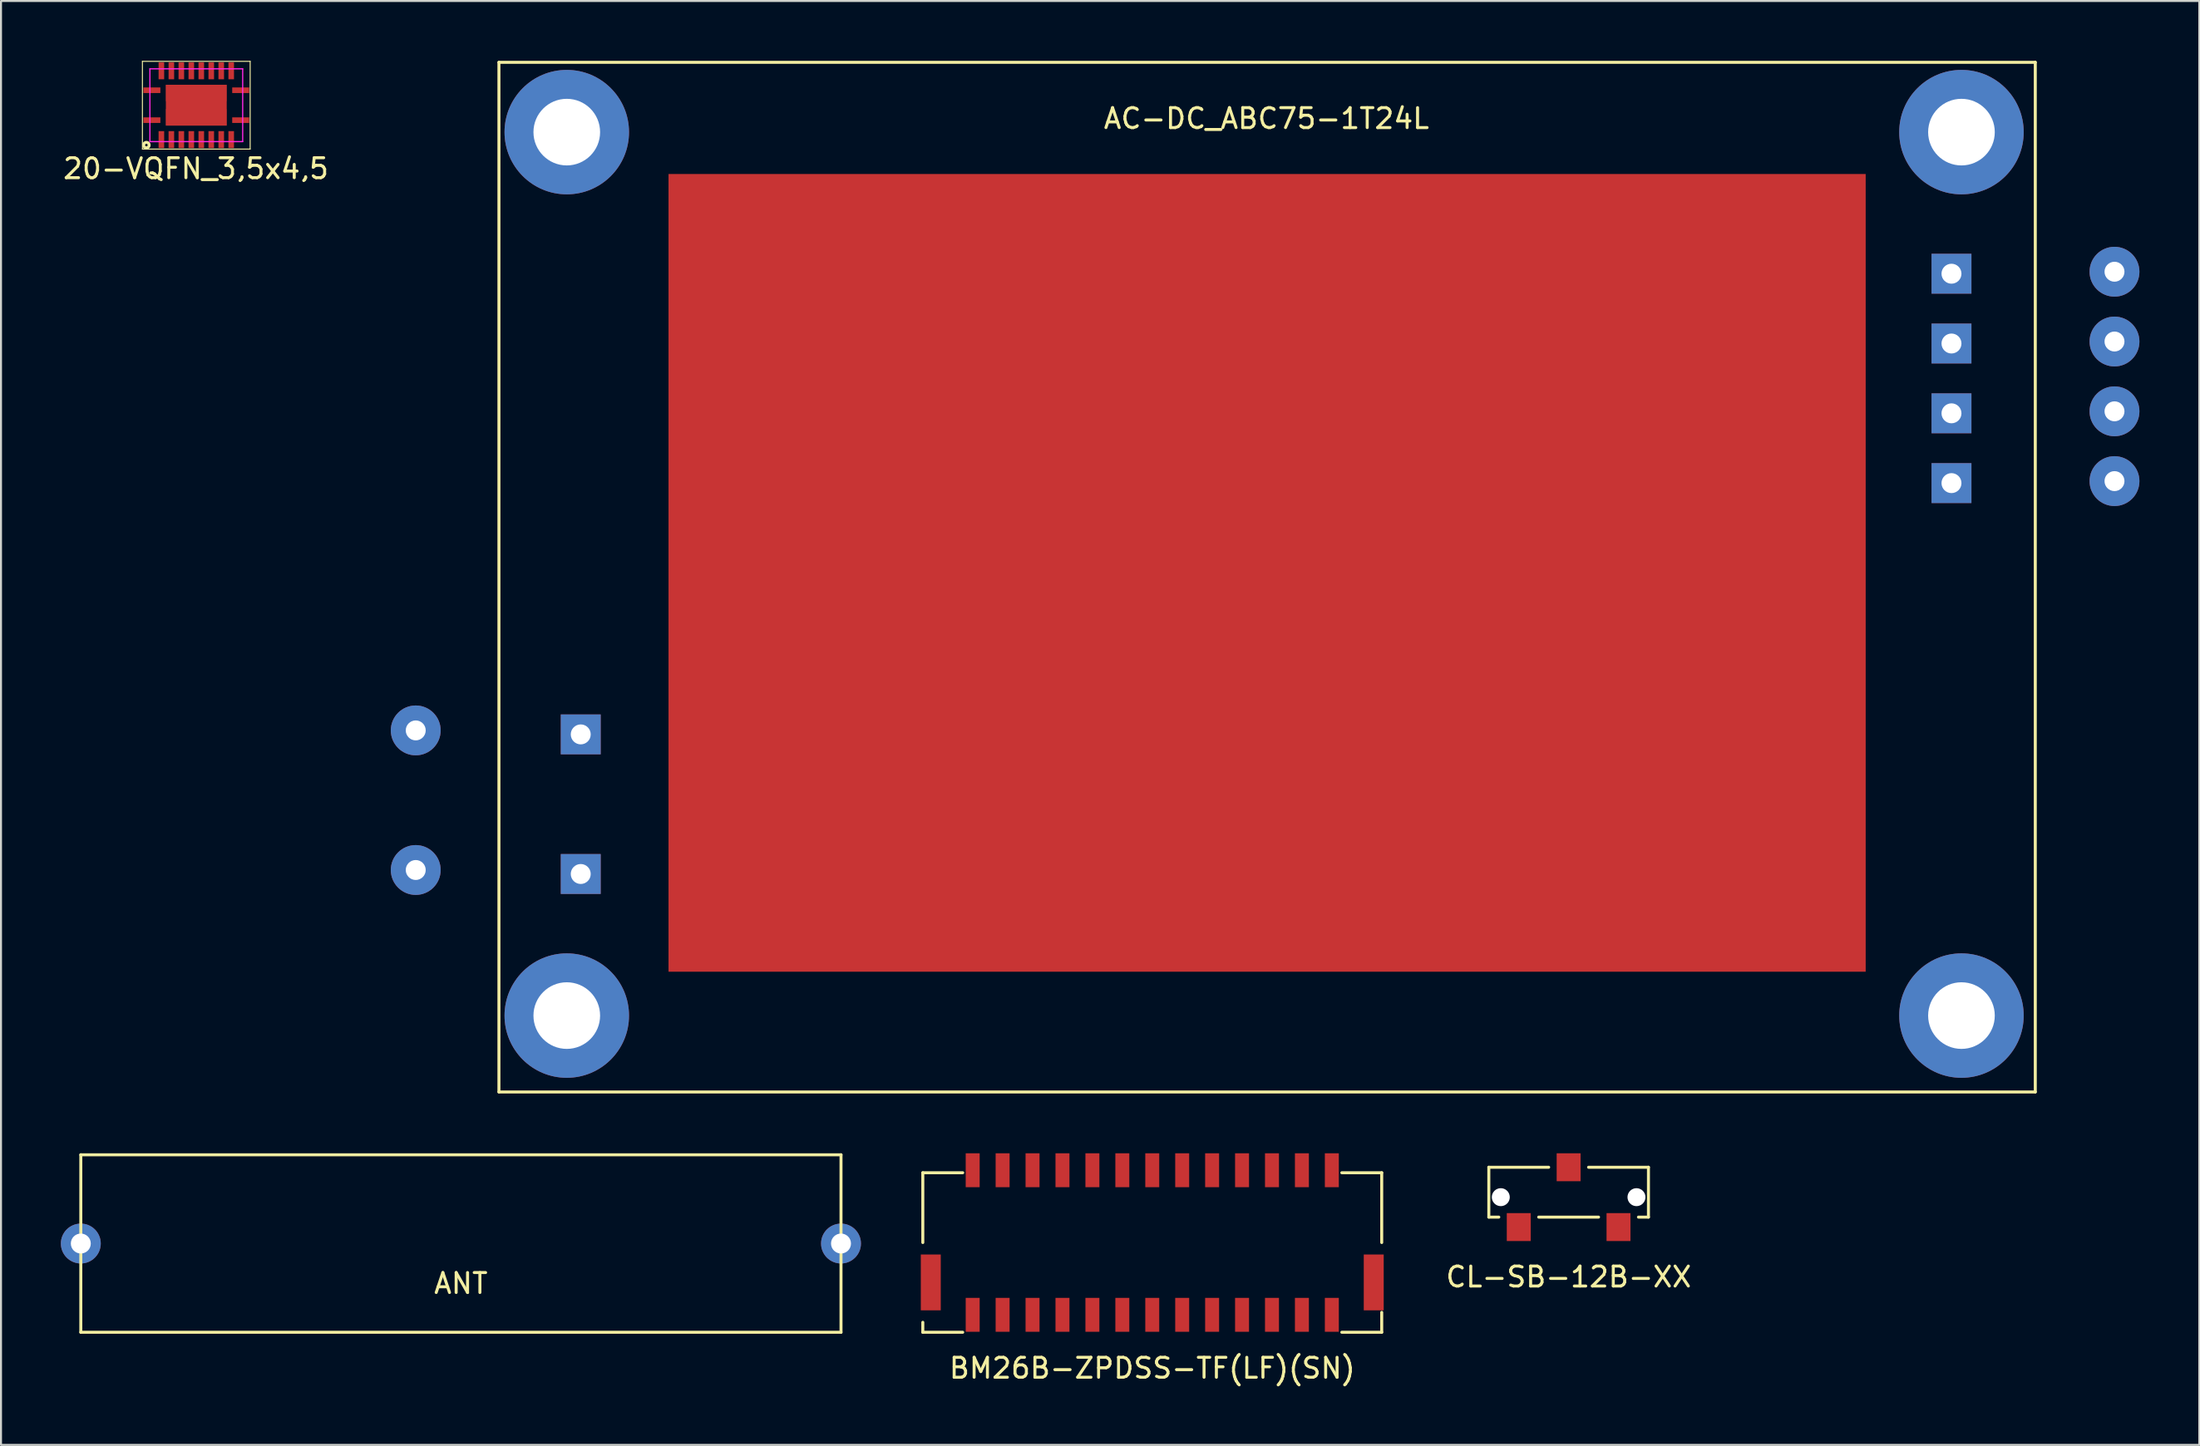
<source format=kicad_pcb>
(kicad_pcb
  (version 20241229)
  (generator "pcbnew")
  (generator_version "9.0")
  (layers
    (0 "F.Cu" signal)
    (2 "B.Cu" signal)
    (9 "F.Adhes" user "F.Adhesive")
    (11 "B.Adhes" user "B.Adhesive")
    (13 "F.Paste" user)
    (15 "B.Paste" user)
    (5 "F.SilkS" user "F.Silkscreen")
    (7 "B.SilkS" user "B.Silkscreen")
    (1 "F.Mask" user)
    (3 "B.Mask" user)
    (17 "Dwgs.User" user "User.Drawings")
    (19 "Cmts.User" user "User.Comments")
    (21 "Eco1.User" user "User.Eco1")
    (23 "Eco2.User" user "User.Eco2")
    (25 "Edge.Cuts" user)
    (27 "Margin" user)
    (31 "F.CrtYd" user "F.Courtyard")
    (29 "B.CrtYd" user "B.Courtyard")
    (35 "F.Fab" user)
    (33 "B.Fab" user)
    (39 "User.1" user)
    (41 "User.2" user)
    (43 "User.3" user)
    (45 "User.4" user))
  (footprint "AC-DC_ABC75-1T24L"
    (layer "F.Cu")
    (at 60.356 25.575)
    (property "Reference" "AC-DC_ABC75-1T24L" (at 0.069 -22.683 0) (layer "F.SilkS") (effects (font (size 1 1) (thickness 0.15))))
    (attr through_hole)
    (fp_line (start -38.4 -25.5) (end -38.4 26.13) (stroke (width 0.15) (type solid)) (layer "F.SilkS"))
    (fp_line (start -38.4 26.13) (end 38.6 26.13) (stroke (width 0.15) (type solid)) (layer "F.SilkS"))
    (fp_line (start 38.6 -25.5) (end -38.4 -25.5) (stroke (width 0.15) (type solid)) (layer "F.SilkS"))
    (fp_line (start 38.6 26.13) (end 38.6 -25.5) (stroke (width 0.15) (type solid)) (layer "F.SilkS"))
    (pad "1" thru_hole circle (at -42.57 8) (size 2.5 2.5) (drill 1) (layers "*.Cu" "*.Mask"))
    (pad "1" thru_hole rect (at -34.3 8.2) (size 2 2) (drill 1) (layers "*.Cu" "*.Mask"))
    (pad "2" thru_hole circle (at -42.57 15) (size 2.5 2.5) (drill 1) (layers "*.Cu" "*.Mask"))
    (pad "2" thru_hole rect (at -34.3 15.2) (size 2 2) (drill 1) (layers "*.Cu" "*.Mask"))
    (pad "3" thru_hole circle (at -35 -22) (size 6.24 6.24) (drill 3.34) (layers "*.Cu" "*.Mask"))
    (pad "3" thru_hole circle (at -35 22.3) (size 6.24 6.24) (drill 3.34) (layers "*.Cu" "*.Mask"))
    (pad "3" smd custom (at 0.1 0.1) (size 60 40) (layers "F.Cu" "F.Mask") (options (anchor rect)) (primitives))
    (pad "3" thru_hole circle (at 34.9 -22) (size 6.24 6.24) (drill 3.34) (layers "*.Cu" "*.Mask"))
    (pad "3" thru_hole circle (at 34.9 22.3) (size 6.24 6.24) (drill 3.34) (layers "*.Cu" "*.Mask"))
    (pad "4" thru_hole rect (at 34.4 -14.9) (size 2 2) (drill 1) (layers "*.Cu" "*.Mask"))
    (pad "4" thru_hole circle (at 42.57 -15) (size 2.5 2.5) (drill 1) (layers "*.Cu" "*.Mask"))
    (pad "5" thru_hole rect (at 34.4 -11.4) (size 2 2) (drill 1) (layers "*.Cu" "*.Mask"))
    (pad "5" thru_hole circle (at 42.57 -11.5) (size 2.5 2.5) (drill 1) (layers "*.Cu" "*.Mask"))
    (pad "6" thru_hole rect (at 34.4 -7.9) (size 2 2) (drill 1) (layers "*.Cu" "*.Mask"))
    (pad "6" thru_hole circle (at 42.57 -8) (size 2.5 2.5) (drill 1) (layers "*.Cu" "*.Mask"))
    (pad "7" thru_hole rect (at 34.4 -4.4) (size 2 2) (drill 1) (layers "*.Cu" "*.Mask"))
    (pad "7" thru_hole circle (at 42.57 -4.5) (size 2.5 2.5) (drill 1) (layers "*.Cu" "*.Mask")))
  (footprint "ANT"
    (layer "F.Cu")
    (at 20.05 59.305)
    (property "Reference" "ANT" (at 0 2 0) (layer "F.SilkS") (effects (font (size 1 1) (thickness 0.15))))
    (attr through_hole)
    (fp_line (start -19.05 -4.45) (end -19.05 4.45) (stroke (width 0.15) (type solid)) (layer "F.SilkS"))
    (fp_line (start -19.05 4.45) (end 19.05 4.45) (stroke (width 0.15) (type solid)) (layer "F.SilkS"))
    (fp_line (start 19.05 -4.45) (end -19.05 -4.45) (stroke (width 0.15) (type solid)) (layer "F.SilkS"))
    (fp_line (start 19.05 4.45) (end 19.05 -4.45) (stroke (width 0.15) (type solid)) (layer "F.SilkS"))
    (pad "" np_thru_hole circle (at -19.05 0) (size 2 2) (drill 1) (layers "*.Cu" "*.Mask"))
    (pad "1" thru_hole circle (at 19.05 0) (size 2 2) (drill 1) (layers "*.Cu" "*.Mask")))
  (footprint "CL-SB-12B-XX"
    (layer "F.Cu")
    (at 75.568 56.98)
    (property "Reference" "CL-SB-12B-XX" (at 0 4 0) (layer "F.SilkS") (effects (font (size 1 1) (thickness 0.15))))
    (attr through_hole)
    (fp_line (start -4 -1.5) (end -4 1) (stroke (width 0.15) (type solid)) (layer "F.SilkS"))
    (fp_line (start -4 -1.5) (end -1 -1.5) (stroke (width 0.15) (type solid)) (layer "F.SilkS"))
    (fp_line (start -4 1) (end -3.5 1) (stroke (width 0.15) (type solid)) (layer "F.SilkS"))
    (fp_line (start -1.5 1) (end 1.5 1) (stroke (width 0.15) (type solid)) (layer "F.SilkS"))
    (fp_line (start 1 -1.5) (end 4 -1.5) (stroke (width 0.15) (type solid)) (layer "F.SilkS"))
    (fp_line (start 4 -1.5) (end 4 1) (stroke (width 0.15) (type solid)) (layer "F.SilkS"))
    (fp_line (start 4 1) (end 3.5 1) (stroke (width 0.15) (type solid)) (layer "F.SilkS"))
    (pad "" np_thru_hole circle (at -3.4 0) (size 0.9 0.9) (drill 0.9) (layers "*.Cu" "*.Mask"))
    (pad "" np_thru_hole circle (at 3.4 0) (size 0.9 0.9) (drill 0.9) (layers "*.Cu" "*.Mask"))
    (pad "1" smd rect (at -2.5 1.5) (size 1.2 1.4) (layers "F.Cu" "F.Mask" "F.Paste"))
    (pad "2" smd rect (at 0 -1.5) (size 1.2 1.4) (layers "F.Cu" "F.Mask" "F.Paste"))
    (pad "3" smd rect (at 2.5 1.5) (size 1.2 1.4) (layers "F.Cu" "F.Mask" "F.Paste")))
  (footprint "20-VQFN_3,5x4,5"
    (layer "F.Cu")
    (at 6.788 2.225)
    (property "Reference" "20-VQFN_3,5x4,5" (at -0.02 3.18 0) (layer "F.SilkS") (effects (font (size 1 1) (thickness 0.15))))
    (attr through_hole)
    (fp_line (start -2.7 -2.2) (end 2.7 -2.2) (stroke (width 0.05) (type solid)) (layer "F.SilkS"))
    (fp_line (start -2.7 2.2) (end -2.7 -2.2) (stroke (width 0.05) (type solid)) (layer "F.SilkS"))
    (fp_line (start 2.7 -2.2) (end 2.7 2.2) (stroke (width 0.05) (type solid)) (layer "F.SilkS"))
    (fp_line (start 2.7 2.2) (end -2.7 2.2) (stroke (width 0.05) (type solid)) (layer "F.SilkS"))
    (fp_circle (center -2.5 2) (end -2.44 2.02) (stroke (width 0.15) (type solid)) (fill no) (layer "F.SilkS"))
    (fp_line (start -2.325 -1.825) (end 2.325 -1.825) (stroke (width 0.06) (type solid)) (layer "F.CrtYd"))
    (fp_line (start -2.325 1.825) (end -2.325 -1.825) (stroke (width 0.06) (type solid)) (layer "F.CrtYd"))
    (fp_line (start 2.325 -1.825) (end 2.325 1.825) (stroke (width 0.06) (type solid)) (layer "F.CrtYd"))
    (fp_line (start 2.325 1.825) (end -2.325 1.825) (stroke (width 0.06) (type solid)) (layer "F.CrtYd"))
    (pad "" smd rect (at -0.86 -0.61 180) (size 1.32 0.82) (layers "F.Cu" "F.Paste"))
    (pad "" smd rect (at -0.86 0.6 180) (size 1.32 0.82) (layers "F.Cu" "F.Paste"))
    (pad "" smd rect (at 0.85 -0.61 180) (size 1.32 0.82) (layers "F.Cu" "F.Mask" "F.Paste"))
    (pad "" smd rect (at 0.85 0.6 180) (size 1.32 0.82) (layers "F.Cu" "F.Paste"))
    (pad "1" smd rect (at -2.225 0.75 90) (size 0.28 0.85) (layers "F.Cu" "F.Mask" "F.Paste"))
    (pad "2" smd rect (at -1.75 1.725) (size 0.28 0.85) (layers "F.Cu" "F.Mask" "F.Paste"))
    (pad "3" smd rect (at -1.25 1.725) (size 0.28 0.85) (layers "F.Cu" "F.Mask" "F.Paste"))
    (pad "4" smd rect (at -0.75 1.725) (size 0.28 0.85) (layers "F.Cu" "F.Mask" "F.Paste"))
    (pad "5" smd rect (at -0.25 1.725) (size 0.28 0.85) (layers "F.Cu" "F.Mask" "F.Paste"))
    (pad "6" smd rect (at 0.25 1.725) (size 0.28 0.85) (layers "F.Cu" "F.Mask" "F.Paste"))
    (pad "7" smd rect (at 0.75 1.725) (size 0.28 0.85) (layers "F.Cu" "F.Mask" "F.Paste"))
    (pad "8" smd rect (at 1.25 1.725) (size 0.28 0.85) (layers "F.Cu" "F.Mask" "F.Paste"))
    (pad "9" smd rect (at 1.75 1.725) (size 0.28 0.85) (layers "F.Cu" "F.Mask" "F.Paste"))
    (pad "10" smd rect (at 2.225 0.75 90) (size 0.28 0.85) (layers "F.Cu" "F.Mask" "F.Paste"))
    (pad "11" smd rect (at 2.225 -0.75 90) (size 0.28 0.85) (layers "F.Cu" "F.Mask" "F.Paste"))
    (pad "12" smd rect (at 1.75 -1.725) (size 0.28 0.85) (layers "F.Cu" "F.Mask" "F.Paste"))
    (pad "13" smd rect (at 1.25 -1.725) (size 0.28 0.85) (layers "F.Cu" "F.Mask" "F.Paste"))
    (pad "14" smd rect (at 0.75 -1.725) (size 0.28 0.85) (layers "F.Cu" "F.Mask" "F.Paste"))
    (pad "15" smd rect (at 0.25 -1.725) (size 0.28 0.85) (layers "F.Cu" "F.Mask" "F.Paste"))
    (pad "16" smd rect (at -0.25 -1.725) (size 0.28 0.85) (layers "F.Cu" "F.Mask" "F.Paste"))
    (pad "17" smd rect (at -0.75 -1.725) (size 0.28 0.85) (layers "F.Cu" "F.Mask" "F.Paste"))
    (pad "18" smd rect (at -1.25 -1.725) (size 0.28 0.85) (layers "F.Cu" "F.Mask" "F.Paste"))
    (pad "19" smd rect (at -1.75 -1.725) (size 0.28 0.85) (layers "F.Cu" "F.Mask" "F.Paste"))
    (pad "20" smd rect (at -2.225 -0.75 90) (size 0.28 0.85) (layers "F.Cu" "F.Mask" "F.Paste"))
    (pad "21" smd rect (at 0 0 180) (size 3.05 2.05) (layers "F.Cu" "F.Mask")))
  (footprint "BM26B-ZPDSS-TF(LF)(SN)"
    (layer "F.Cu")
    (at 54.7 59.255)
    (property "Reference" "BM26B-ZPDSS-TF(LF)(SN)" (at 0 6.3 0) (layer "F.SilkS") (effects (font (size 1 1) (thickness 0.15))))
    (attr through_hole)
    (fp_line (start -11.5 -3.5) (end -9.5 -3.5) (stroke (width 0.15) (type solid)) (layer "F.SilkS"))
    (fp_line (start -11.5 0) (end -11.5 -3.5) (stroke (width 0.15) (type solid)) (layer "F.SilkS"))
    (fp_line (start -11.5 4) (end -11.5 4.5) (stroke (width 0.15) (type solid)) (layer "F.SilkS"))
    (fp_line (start -11.5 4.5) (end -9.5 4.5) (stroke (width 0.15) (type solid)) (layer "F.SilkS"))
    (fp_line (start 11.5 -3.5) (end 9.5 -3.5) (stroke (width 0.15) (type solid)) (layer "F.SilkS"))
    (fp_line (start 11.5 0) (end 11.5 -3.5) (stroke (width 0.15) (type solid)) (layer "F.SilkS"))
    (fp_line (start 11.5 3.5) (end 11.5 4.5) (stroke (width 0.15) (type solid)) (layer "F.SilkS"))
    (fp_line (start 11.5 4.5) (end 9.5 4.5) (stroke (width 0.15) (type solid)) (layer "F.SilkS"))
    (pad "" connect rect (at -11.1 2) (size 1 2.8) (layers "F.Cu" "F.Mask"))
    (pad "" connect rect (at 11.1 2) (size 1 2.8) (layers "F.Cu" "F.Mask"))
    (pad "1" smd rect (at 9 3.625) (size 0.7 1.7) (layers "F.Cu" "F.Mask" "F.Paste"))
    (pad "2" smd rect (at 9 -3.625) (size 0.7 1.7) (layers "F.Cu" "F.Mask" "F.Paste"))
    (pad "3" smd rect (at 7.5 3.625) (size 0.7 1.7) (layers "F.Cu" "F.Mask" "F.Paste"))
    (pad "4" smd rect (at 7.5 -3.625) (size 0.7 1.7) (layers "F.Cu" "F.Mask" "F.Paste"))
    (pad "5" smd rect (at 6 3.625) (size 0.7 1.7) (layers "F.Cu" "F.Mask" "F.Paste"))
    (pad "6" smd rect (at 6 -3.625) (size 0.7 1.7) (layers "F.Cu" "F.Mask" "F.Paste"))
    (pad "7" smd rect (at 4.5 3.625) (size 0.7 1.7) (layers "F.Cu" "F.Mask" "F.Paste"))
    (pad "8" smd rect (at 4.5 -3.625) (size 0.7 1.7) (layers "F.Cu" "F.Mask" "F.Paste"))
    (pad "9" smd rect (at 3 3.625) (size 0.7 1.7) (layers "F.Cu" "F.Mask" "F.Paste"))
    (pad "10" smd rect (at 3 -3.625) (size 0.7 1.7) (layers "F.Cu" "F.Mask" "F.Paste"))
    (pad "11" smd rect (at 1.5 3.625) (size 0.7 1.7) (layers "F.Cu" "F.Mask" "F.Paste"))
    (pad "12" smd rect (at 1.5 -3.625) (size 0.7 1.7) (layers "F.Cu" "F.Mask" "F.Paste"))
    (pad "13" smd rect (at 0 3.625) (size 0.7 1.7) (layers "F.Cu" "F.Mask" "F.Paste"))
    (pad "14" smd rect (at 0 -3.625) (size 0.7 1.7) (layers "F.Cu" "F.Mask" "F.Paste"))
    (pad "15" smd rect (at -1.5 3.625) (size 0.7 1.7) (layers "F.Cu" "F.Mask" "F.Paste"))
    (pad "16" smd rect (at -1.5 -3.625) (size 0.7 1.7) (layers "F.Cu" "F.Mask" "F.Paste"))
    (pad "17" smd rect (at -3 3.625) (size 0.7 1.7) (layers "F.Cu" "F.Mask" "F.Paste"))
    (pad "18" smd rect (at -3 -3.625) (size 0.7 1.7) (layers "F.Cu" "F.Mask" "F.Paste"))
    (pad "19" smd rect (at -4.5 3.625) (size 0.7 1.7) (layers "F.Cu" "F.Mask" "F.Paste"))
    (pad "20" smd rect (at -4.5 -3.625) (size 0.7 1.7) (layers "F.Cu" "F.Mask" "F.Paste"))
    (pad "21" smd rect (at -6 3.625) (size 0.7 1.7) (layers "F.Cu" "F.Mask" "F.Paste"))
    (pad "22" smd rect (at -6 -3.625) (size 0.7 1.7) (layers "F.Cu" "F.Mask" "F.Paste"))
    (pad "23" smd rect (at -7.5 3.625) (size 0.7 1.7) (layers "F.Cu" "F.Mask" "F.Paste"))
    (pad "24" smd rect (at -7.5 -3.625) (size 0.7 1.7) (layers "F.Cu" "F.Mask" "F.Paste"))
    (pad "25" smd rect (at -9 3.625) (size 0.7 1.7) (layers "F.Cu" "F.Mask" "F.Paste"))
    (pad "26" smd rect (at -9 -3.625) (size 0.7 1.7) (layers "F.Cu" "F.Mask" "F.Paste")))
  (gr_rect
    (start -3 -3)
    (end 107.176 69.403)
    (stroke (width 0.1) (type default))
    (fill no)
    (layer "Edge.Cuts")))
</source>
